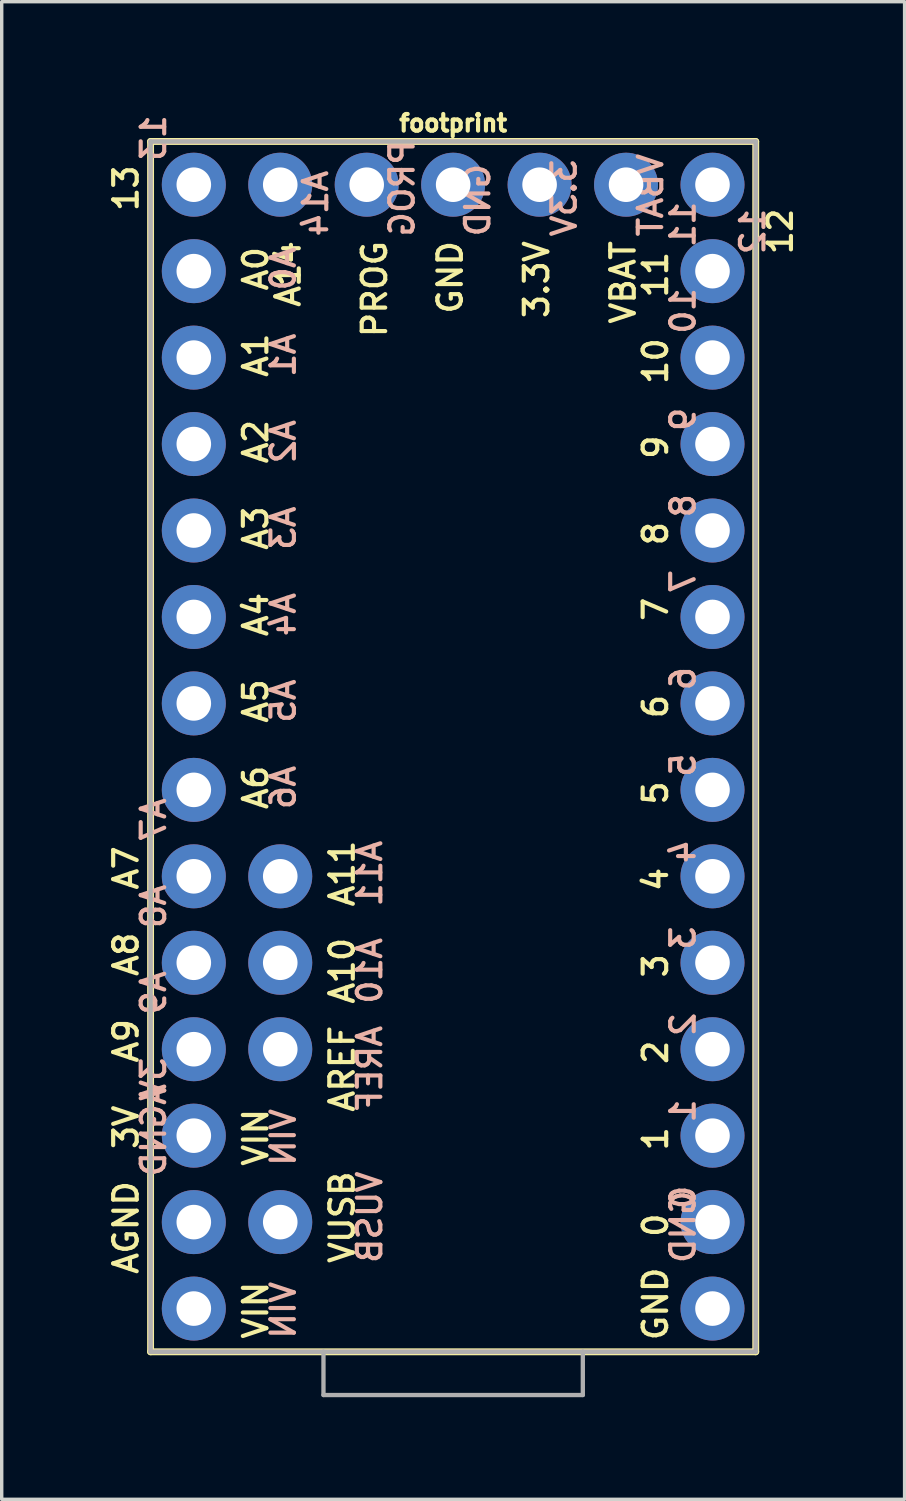
<source format=kicad_pcb>
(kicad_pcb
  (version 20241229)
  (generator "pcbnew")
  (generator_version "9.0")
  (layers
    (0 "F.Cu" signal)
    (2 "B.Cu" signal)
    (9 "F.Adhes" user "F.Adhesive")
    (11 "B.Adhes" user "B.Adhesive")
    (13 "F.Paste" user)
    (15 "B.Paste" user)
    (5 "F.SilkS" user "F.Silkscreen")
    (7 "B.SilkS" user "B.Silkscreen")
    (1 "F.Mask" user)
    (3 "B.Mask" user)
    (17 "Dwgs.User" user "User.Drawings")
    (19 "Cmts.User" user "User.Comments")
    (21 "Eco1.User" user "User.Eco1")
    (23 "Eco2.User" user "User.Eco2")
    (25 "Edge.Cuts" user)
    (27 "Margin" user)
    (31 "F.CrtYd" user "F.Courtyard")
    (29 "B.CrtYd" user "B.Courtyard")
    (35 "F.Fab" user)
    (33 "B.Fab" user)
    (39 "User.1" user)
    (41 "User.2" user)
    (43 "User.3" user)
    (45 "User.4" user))
  (footprint "footprint"
    (layer "F.Cu")
    (at 10.264 18.887)
    (property "Reference" "footprint" (at 0 -18.034 0) (layer "F.SilkS") (effects (font (size 0.488 0.488) (thickness 0.122)) (justify bottom)))
    (fp_line (start -8.89 -17.78) (end 8.89 -17.78) (stroke (width 0.203) (type solid)) (layer "F.SilkS"))
    (fp_line (start -8.89 17.78) (end -8.89 -17.78) (stroke (width 0.203) (type solid)) (layer "F.SilkS"))
    (fp_line (start 8.89 -17.78) (end 8.89 17.78) (stroke (width 0.203) (type solid)) (layer "F.SilkS"))
    (fp_line (start 8.89 17.78) (end -8.89 17.78) (stroke (width 0.203) (type solid)) (layer "F.SilkS"))
    (fp_line (start -8.89 -17.78) (end 8.89 -17.78) (stroke (width 0.127) (type solid)) (layer "B.SilkS"))
    (fp_line (start -8.89 17.78) (end -8.89 -17.78) (stroke (width 0.127) (type solid)) (layer "B.SilkS"))
    (fp_line (start 8.89 -17.78) (end 8.89 17.78) (stroke (width 0.127) (type solid)) (layer "B.SilkS"))
    (fp_line (start 8.89 17.78) (end -8.89 17.78) (stroke (width 0.127) (type solid)) (layer "B.SilkS"))
    (fp_line (start -8.89 -17.78) (end 8.89 -17.78) (stroke (width 0.127) (type solid)) (layer "F.Fab"))
    (fp_line (start -8.89 17.78) (end -8.89 -17.78) (stroke (width 0.127) (type solid)) (layer "F.Fab"))
    (fp_line (start -3.81 17.78) (end -8.89 17.78) (stroke (width 0.127) (type solid)) (layer "F.Fab"))
    (fp_line (start -3.81 19.05) (end -3.81 17.78) (stroke (width 0.127) (type solid)) (layer "F.Fab"))
    (fp_line (start -3.81 19.05) (end 3.81 19.05) (stroke (width 0.127) (type solid)) (layer "F.Fab"))
    (fp_line (start 3.81 17.78) (end -3.81 17.78) (stroke (width 0.127) (type solid)) (layer "F.Fab"))
    (fp_line (start 3.81 19.05) (end 3.81 17.78) (stroke (width 0.127) (type solid)) (layer "F.Fab"))
    (fp_line (start 8.89 -17.78) (end 8.89 17.78) (stroke (width 0.127) (type solid)) (layer "F.Fab"))
    (fp_line (start 8.89 17.78) (end 3.81 17.78) (stroke (width 0.127) (type solid)) (layer "F.Fab"))
    (fp_text user "2" (at 6.35 8.572 90) (layer "F.SilkS") (effects (font (size 0.691 0.691) (thickness 0.122)) (justify right bottom)))
    (fp_text user "VUSB" (at -2.857 15.24 90) (layer "F.SilkS") (effects (font (size 0.691 0.691) (thickness 0.122)) (justify left bottom)))
    (fp_text user "A8" (at -9.207 5.397 90) (layer "F.SilkS") (effects (font (size 0.691 0.691) (thickness 0.122)) (justify right bottom)))
    (fp_text user "5" (at 6.35 0.953 90) (layer "F.SilkS") (effects (font (size 0.691 0.691) (thickness 0.122)) (justify right bottom)))
    (fp_text user "13" (at -9.207 -17.145 90) (layer "F.SilkS") (effects (font (size 0.691 0.691) (thickness 0.122)) (justify right bottom)))
    (fp_text user "A11" (at -2.857 4.763 90) (layer "F.SilkS") (effects (font (size 0.691 0.691) (thickness 0.122)) (justify left bottom)))
    (fp_text user "A2" (at -5.397 -8.255 90) (layer "F.SilkS") (effects (font (size 0.691 0.691) (thickness 0.122)) (justify left bottom)))
    (fp_text user "PROG" (at -1.905 -14.922 90) (layer "F.SilkS") (effects (font (size 0.691 0.691) (thickness 0.122)) (justify right bottom)))
    (fp_text user "0" (at 6.35 13.652 90) (layer "F.SilkS") (effects (font (size 0.691 0.691) (thickness 0.122)) (justify right bottom)))
    (fp_text user "A6" (at -5.397 1.905 90) (layer "F.SilkS") (effects (font (size 0.691 0.691) (thickness 0.122)) (justify left bottom)))
    (fp_text user "3V" (at -9.207 10.477 90) (layer "F.SilkS") (effects (font (size 0.691 0.691) (thickness 0.122)) (justify right bottom)))
    (fp_text user "8" (at 6.35 -6.668 90) (layer "F.SilkS") (effects (font (size 0.691 0.691) (thickness 0.122)) (justify right bottom)))
    (fp_text user "GND" (at 0.318 -14.922 90) (layer "F.SilkS") (effects (font (size 0.691 0.691) (thickness 0.122)) (justify right bottom)))
    (fp_text user "A7" (at -9.207 2.857 90) (layer "F.SilkS") (effects (font (size 0.691 0.691) (thickness 0.122)) (justify right bottom)))
    (fp_text user "GND" (at 6.35 15.24 90) (layer "F.SilkS") (effects (font (size 0.691 0.691) (thickness 0.122)) (justify right bottom)))
    (fp_text user "12" (at 9.207 -15.875 90) (layer "F.SilkS") (effects (font (size 0.691 0.691) (thickness 0.122)) (justify right top)))
    (fp_text user "AGND" (at -9.207 12.7 90) (layer "F.SilkS") (effects (font (size 0.691 0.691) (thickness 0.122)) (justify right bottom)))
    (fp_text user "A5" (at -5.397 -0.635 90) (layer "F.SilkS") (effects (font (size 0.691 0.691) (thickness 0.122)) (justify left bottom)))
    (fp_text user "A1" (at -5.397 -10.795 90) (layer "F.SilkS") (effects (font (size 0.691 0.691) (thickness 0.122)) (justify left bottom)))
    (fp_text user "VIN" (at -5.397 12.383 90) (layer "F.SilkS") (effects (font (size 0.691 0.691) (thickness 0.122)) (justify left bottom)))
    (fp_text user "A9" (at -9.207 7.938 90) (layer "F.SilkS") (effects (font (size 0.691 0.691) (thickness 0.122)) (justify right bottom)))
    (fp_text user "4" (at 6.35 3.493 90) (layer "F.SilkS") (effects (font (size 0.691 0.691) (thickness 0.122)) (justify right bottom)))
    (fp_text user "6" (at 6.35 -1.587 90) (layer "F.SilkS") (effects (font (size 0.691 0.691) (thickness 0.122)) (justify right bottom)))
    (fp_text user "VBAT" (at 5.397 -14.922 90) (layer "F.SilkS") (effects (font (size 0.691 0.691) (thickness 0.122)) (justify right bottom)))
    (fp_text user "A14" (at -4.445 -14.922 90) (layer "F.SilkS") (effects (font (size 0.691 0.691) (thickness 0.122)) (justify right bottom)))
    (fp_text user "A4" (at -5.397 -3.175 90) (layer "F.SilkS") (effects (font (size 0.691 0.691) (thickness 0.122)) (justify left bottom)))
    (fp_text user "A0" (at -5.397 -13.335 90) (layer "F.SilkS") (effects (font (size 0.691 0.691) (thickness 0.122)) (justify left bottom)))
    (fp_text user "A3" (at -5.397 -5.715 90) (layer "F.SilkS") (effects (font (size 0.691 0.691) (thickness 0.122)) (justify left bottom)))
    (fp_text user "11" (at 6.35 -14.605 90) (layer "F.SilkS") (effects (font (size 0.691 0.691) (thickness 0.122)) (justify right bottom)))
    (fp_text user "VIN" (at -5.397 17.462 90) (layer "F.SilkS") (effects (font (size 0.691 0.691) (thickness 0.122)) (justify left bottom)))
    (fp_text user "AREF" (at -2.857 10.795 90) (layer "F.SilkS") (effects (font (size 0.691 0.691) (thickness 0.122)) (justify left bottom)))
    (fp_text user "3" (at 6.35 6.032 90) (layer "F.SilkS") (effects (font (size 0.691 0.691) (thickness 0.122)) (justify right bottom)))
    (fp_text user "10" (at 6.35 -12.065 90) (layer "F.SilkS") (effects (font (size 0.691 0.691) (thickness 0.122)) (justify right bottom)))
    (fp_text user "9" (at 6.35 -9.207 90) (layer "F.SilkS") (effects (font (size 0.691 0.691) (thickness 0.122)) (justify right bottom)))
    (fp_text user "3.3V" (at 2.857 -14.922 90) (layer "F.SilkS") (effects (font (size 0.691 0.691) (thickness 0.122)) (justify right bottom)))
    (fp_text user "A10" (at -2.857 7.62 90) (layer "F.SilkS") (effects (font (size 0.691 0.691) (thickness 0.122)) (justify left bottom)))
    (fp_text user "7" (at 6.35 -4.445 90) (layer "F.SilkS") (effects (font (size 0.691 0.691) (thickness 0.122)) (justify right bottom)))
    (fp_text user "1" (at 6.35 11.113 90) (layer "F.SilkS") (effects (font (size 0.691 0.691) (thickness 0.122)) (justify right bottom)))
    (fp_text user "A2" (at -5.397 -8.255 270) (layer "B.SilkS") (effects (font (size 0.691 0.691) (thickness 0.122)) (justify right top mirror)))
    (fp_text user "AGND" (at -9.207 12.7 270) (layer "B.SilkS") (effects (font (size 0.691 0.691) (thickness 0.122)) (justify right top mirror)))
    (fp_text user "0" (at 6.35 13.652 270) (layer "B.SilkS") (effects (font (size 0.691 0.691) (thickness 0.122)) (justify right top mirror)))
    (fp_text user "3" (at 6.35 6.032 270) (layer "B.SilkS") (effects (font (size 0.691 0.691) (thickness 0.122)) (justify right top mirror)))
    (fp_text user "VIN" (at -5.397 12.383 270) (layer "B.SilkS") (effects (font (size 0.691 0.691) (thickness 0.122)) (justify right top mirror)))
    (fp_text user "AREF" (at -2.857 10.795 270) (layer "B.SilkS") (effects (font (size 0.691 0.691) (thickness 0.122)) (justify right top mirror)))
    (fp_text user "A11" (at -2.857 4.763 270) (layer "B.SilkS") (effects (font (size 0.691 0.691) (thickness 0.122)) (justify right top mirror)))
    (fp_text user "A8" (at -9.207 5.397 270) (layer "B.SilkS") (effects (font (size 0.691 0.691) (thickness 0.122)) (justify right top mirror)))
    (fp_text user "4" (at 6.35 3.493 270) (layer "B.SilkS") (effects (font (size 0.691 0.691) (thickness 0.122)) (justify right top mirror)))
    (fp_text user "1" (at 6.35 11.113 270) (layer "B.SilkS") (effects (font (size 0.691 0.691) (thickness 0.122)) (justify right top mirror)))
    (fp_text user "10" (at 6.35 -12.065 270) (layer "B.SilkS") (effects (font (size 0.691 0.691) (thickness 0.122)) (justify right top mirror)))
    (fp_text user "6" (at 6.35 -1.587 270) (layer "B.SilkS") (effects (font (size 0.691 0.691) (thickness 0.122)) (justify right top mirror)))
    (fp_text user "A5" (at -5.397 -0.635 270) (layer "B.SilkS") (effects (font (size 0.691 0.691) (thickness 0.122)) (justify right top mirror)))
    (fp_text user "PROG" (at -1.905 -14.922 270) (layer "B.SilkS") (effects (font (size 0.691 0.691) (thickness 0.122)) (justify right top mirror)))
    (fp_text user "2" (at 6.35 8.572 270) (layer "B.SilkS") (effects (font (size 0.691 0.691) (thickness 0.122)) (justify right top mirror)))
    (fp_text user "VBAT" (at 5.397 -14.922 270) (layer "B.SilkS") (effects (font (size 0.691 0.691) (thickness 0.122)) (justify right top mirror)))
    (fp_text user "A4" (at -5.397 -3.175 270) (layer "B.SilkS") (effects (font (size 0.691 0.691) (thickness 0.122)) (justify right top mirror)))
    (fp_text user "GND" (at 6.35 15.24 270) (layer "B.SilkS") (effects (font (size 0.691 0.691) (thickness 0.122)) (justify right top mirror)))
    (fp_text user "5" (at 6.35 0.953 270) (layer "B.SilkS") (effects (font (size 0.691 0.691) (thickness 0.122)) (justify right top mirror)))
    (fp_text user "VUSB" (at -2.857 15.24 270) (layer "B.SilkS") (effects (font (size 0.691 0.691) (thickness 0.122)) (justify right top mirror)))
    (fp_text user "3.3V" (at 2.857 -14.922 270) (layer "B.SilkS") (effects (font (size 0.691 0.691) (thickness 0.122)) (justify right top mirror)))
    (fp_text user "A9" (at -9.207 7.938 270) (layer "B.SilkS") (effects (font (size 0.691 0.691) (thickness 0.122)) (justify right top mirror)))
    (fp_text user "7" (at 6.35 -4.445 270) (layer "B.SilkS") (effects (font (size 0.691 0.691) (thickness 0.122)) (justify right top mirror)))
    (fp_text user "VIN" (at -5.397 17.462 270) (layer "B.SilkS") (effects (font (size 0.691 0.691) (thickness 0.122)) (justify right top mirror)))
    (fp_text user "A6" (at -5.397 1.905 270) (layer "B.SilkS") (effects (font (size 0.691 0.691) (thickness 0.122)) (justify right top mirror)))
    (fp_text user "A0" (at -5.397 -13.335 270) (layer "B.SilkS") (effects (font (size 0.691 0.691) (thickness 0.122)) (justify right top mirror)))
    (fp_text user "3V" (at -9.207 10.477 270) (layer "B.SilkS") (effects (font (size 0.691 0.691) (thickness 0.122)) (justify right top mirror)))
    (fp_text user "13" (at -9.207 -17.145 270) (layer "B.SilkS") (effects (font (size 0.691 0.691) (thickness 0.122)) (justify right top mirror)))
    (fp_text user "GND" (at 0.318 -14.922 270) (layer "B.SilkS") (effects (font (size 0.691 0.691) (thickness 0.122)) (justify right top mirror)))
    (fp_text user "9" (at 6.35 -9.207 270) (layer "B.SilkS") (effects (font (size 0.691 0.691) (thickness 0.122)) (justify right top mirror)))
    (fp_text user "8" (at 6.35 -6.668 270) (layer "B.SilkS") (effects (font (size 0.691 0.691) (thickness 0.122)) (justify right top mirror)))
    (fp_text user "A3" (at -5.397 -5.715 270) (layer "B.SilkS") (effects (font (size 0.691 0.691) (thickness 0.122)) (justify right top mirror)))
    (fp_text user "11" (at 6.35 -14.605 270) (layer "B.SilkS") (effects (font (size 0.691 0.691) (thickness 0.122)) (justify right top mirror)))
    (fp_text user "A7" (at -9.207 2.857 270) (layer "B.SilkS") (effects (font (size 0.691 0.691) (thickness 0.122)) (justify right top mirror)))
    (fp_text user "A1" (at -5.397 -10.795 270) (layer "B.SilkS") (effects (font (size 0.691 0.691) (thickness 0.122)) (justify right top mirror)))
    (fp_text user "A14" (at -4.445 -14.922 270) (layer "B.SilkS") (effects (font (size 0.691 0.691) (thickness 0.122)) (justify right top mirror)))
    (fp_text user "12" (at 9.207 -15.875 270) (layer "B.SilkS") (effects (font (size 0.691 0.691) (thickness 0.122)) (justify left bottom mirror)))
    (fp_text user "A10" (at -2.857 7.62 270) (layer "B.SilkS") (effects (font (size 0.691 0.691) (thickness 0.122)) (justify right top mirror)))
    (pad "0" thru_hole circle (at 7.62 13.97) (size 1.88 1.88) (drill 1.016) (layers "*.Cu" "*.Mask"))
    (pad "1" thru_hole circle (at 7.62 11.43) (size 1.88 1.88) (drill 1.016) (layers "*.Cu" "*.Mask"))
    (pad "2" thru_hole circle (at 7.62 8.89) (size 1.88 1.88) (drill 1.016) (layers "*.Cu" "*.Mask"))
    (pad "3" thru_hole circle (at 7.62 6.35) (size 1.88 1.88) (drill 1.016) (layers "*.Cu" "*.Mask"))
    (pad "3.3V" thru_hole circle (at 2.54 -16.51) (size 1.88 1.88) (drill 1.016) (layers "*.Cu" "*.Mask"))
    (pad "3V" thru_hole circle (at -7.62 11.43) (size 1.88 1.88) (drill 1.016) (layers "*.Cu" "*.Mask"))
    (pad "4" thru_hole circle (at 7.62 3.81) (size 1.88 1.88) (drill 1.016) (layers "*.Cu" "*.Mask"))
    (pad "5" thru_hole circle (at 7.62 1.27) (size 1.88 1.88) (drill 1.016) (layers "*.Cu" "*.Mask"))
    (pad "6" thru_hole circle (at 7.62 -1.27) (size 1.88 1.88) (drill 1.016) (layers "*.Cu" "*.Mask"))
    (pad "7" thru_hole circle (at 7.62 -3.81) (size 1.88 1.88) (drill 1.016) (layers "*.Cu" "*.Mask"))
    (pad "8" thru_hole circle (at 7.62 -6.35) (size 1.88 1.88) (drill 1.016) (layers "*.Cu" "*.Mask"))
    (pad "9" thru_hole circle (at 7.62 -8.89) (size 1.88 1.88) (drill 1.016) (layers "*.Cu" "*.Mask"))
    (pad "10" thru_hole circle (at 7.62 -11.43) (size 1.88 1.88) (drill 1.016) (layers "*.Cu" "*.Mask"))
    (pad "11" thru_hole circle (at 7.62 -13.97) (size 1.88 1.88) (drill 1.016) (layers "*.Cu" "*.Mask"))
    (pad "12" thru_hole circle (at 7.62 -16.51) (size 1.88 1.88) (drill 1.016) (layers "*.Cu" "*.Mask"))
    (pad "13" thru_hole circle (at -7.62 -16.51) (size 1.88 1.88) (drill 1.016) (layers "*.Cu" "*.Mask"))
    (pad "14" thru_hole circle (at -7.62 -13.97) (size 1.88 1.88) (drill 1.016) (layers "*.Cu" "*.Mask"))
    (pad "15" thru_hole circle (at -7.62 -11.43) (size 1.88 1.88) (drill 1.016) (layers "*.Cu" "*.Mask"))
    (pad "16" thru_hole circle (at -7.62 -8.89) (size 1.88 1.88) (drill 1.016) (layers "*.Cu" "*.Mask"))
    (pad "17" thru_hole circle (at -7.62 -6.35) (size 1.88 1.88) (drill 1.016) (layers "*.Cu" "*.Mask"))
    (pad "18" thru_hole circle (at -7.62 -3.81) (size 1.88 1.88) (drill 1.016) (layers "*.Cu" "*.Mask"))
    (pad "19" thru_hole circle (at -7.62 -1.27) (size 1.88 1.88) (drill 1.016) (layers "*.Cu" "*.Mask"))
    (pad "20" thru_hole circle (at -7.62 1.27) (size 1.88 1.88) (drill 1.016) (layers "*.Cu" "*.Mask"))
    (pad "21" thru_hole circle (at -7.62 3.81) (size 1.88 1.88) (drill 1.016) (layers "*.Cu" "*.Mask"))
    (pad "22" thru_hole circle (at -7.62 6.35) (size 1.88 1.88) (drill 1.016) (layers "*.Cu" "*.Mask"))
    (pad "23" thru_hole circle (at -7.62 8.89) (size 1.88 1.88) (drill 1.016) (layers "*.Cu" "*.Mask"))
    (pad "A10" thru_hole circle (at -5.08 6.35) (size 1.88 1.88) (drill 1.016) (layers "*.Cu" "*.Mask"))
    (pad "A11" thru_hole circle (at -5.08 3.81) (size 1.88 1.88) (drill 1.016) (layers "*.Cu" "*.Mask"))
    (pad "A14/DAC" thru_hole circle (at -5.08 -16.51) (size 1.88 1.88) (drill 1.016) (layers "*.Cu" "*.Mask"))
    (pad "AGND" thru_hole circle (at -7.62 13.97) (size 1.88 1.88) (drill 1.016) (layers "*.Cu" "*.Mask"))
    (pad "AREF" thru_hole circle (at -5.08 8.89) (size 1.88 1.88) (drill 1.016) (layers "*.Cu" "*.Mask"))
    (pad "GND" thru_hole circle (at 0 -16.51) (size 1.88 1.88) (drill 1.016) (layers "*.Cu" "*.Mask"))
    (pad "GND1" thru_hole circle (at 7.62 16.51) (size 1.88 1.88) (drill 1.016) (layers "*.Cu" "*.Mask"))
    (pad "PROG" thru_hole circle (at -2.54 -16.51) (size 1.88 1.88) (drill 1.016) (layers "*.Cu" "*.Mask"))
    (pad "VBAT" thru_hole circle (at 5.08 -16.51) (size 1.88 1.88) (drill 1.016) (layers "*.Cu" "*.Mask"))
    (pad "VIN" thru_hole circle (at -7.62 16.51) (size 1.88 1.88) (drill 1.016) (layers "*.Cu" "*.Mask"))
    (pad "VUSB" thru_hole circle (at -5.08 13.97) (size 1.88 1.88) (drill 1.016) (layers "*.Cu" "*.Mask")))
  (gr_rect
    (start -3 -3)
    (end 23.528 41.001)
    (stroke (width 0.1) (type default))
    (fill no)
    (layer "Edge.Cuts")))
</source>
